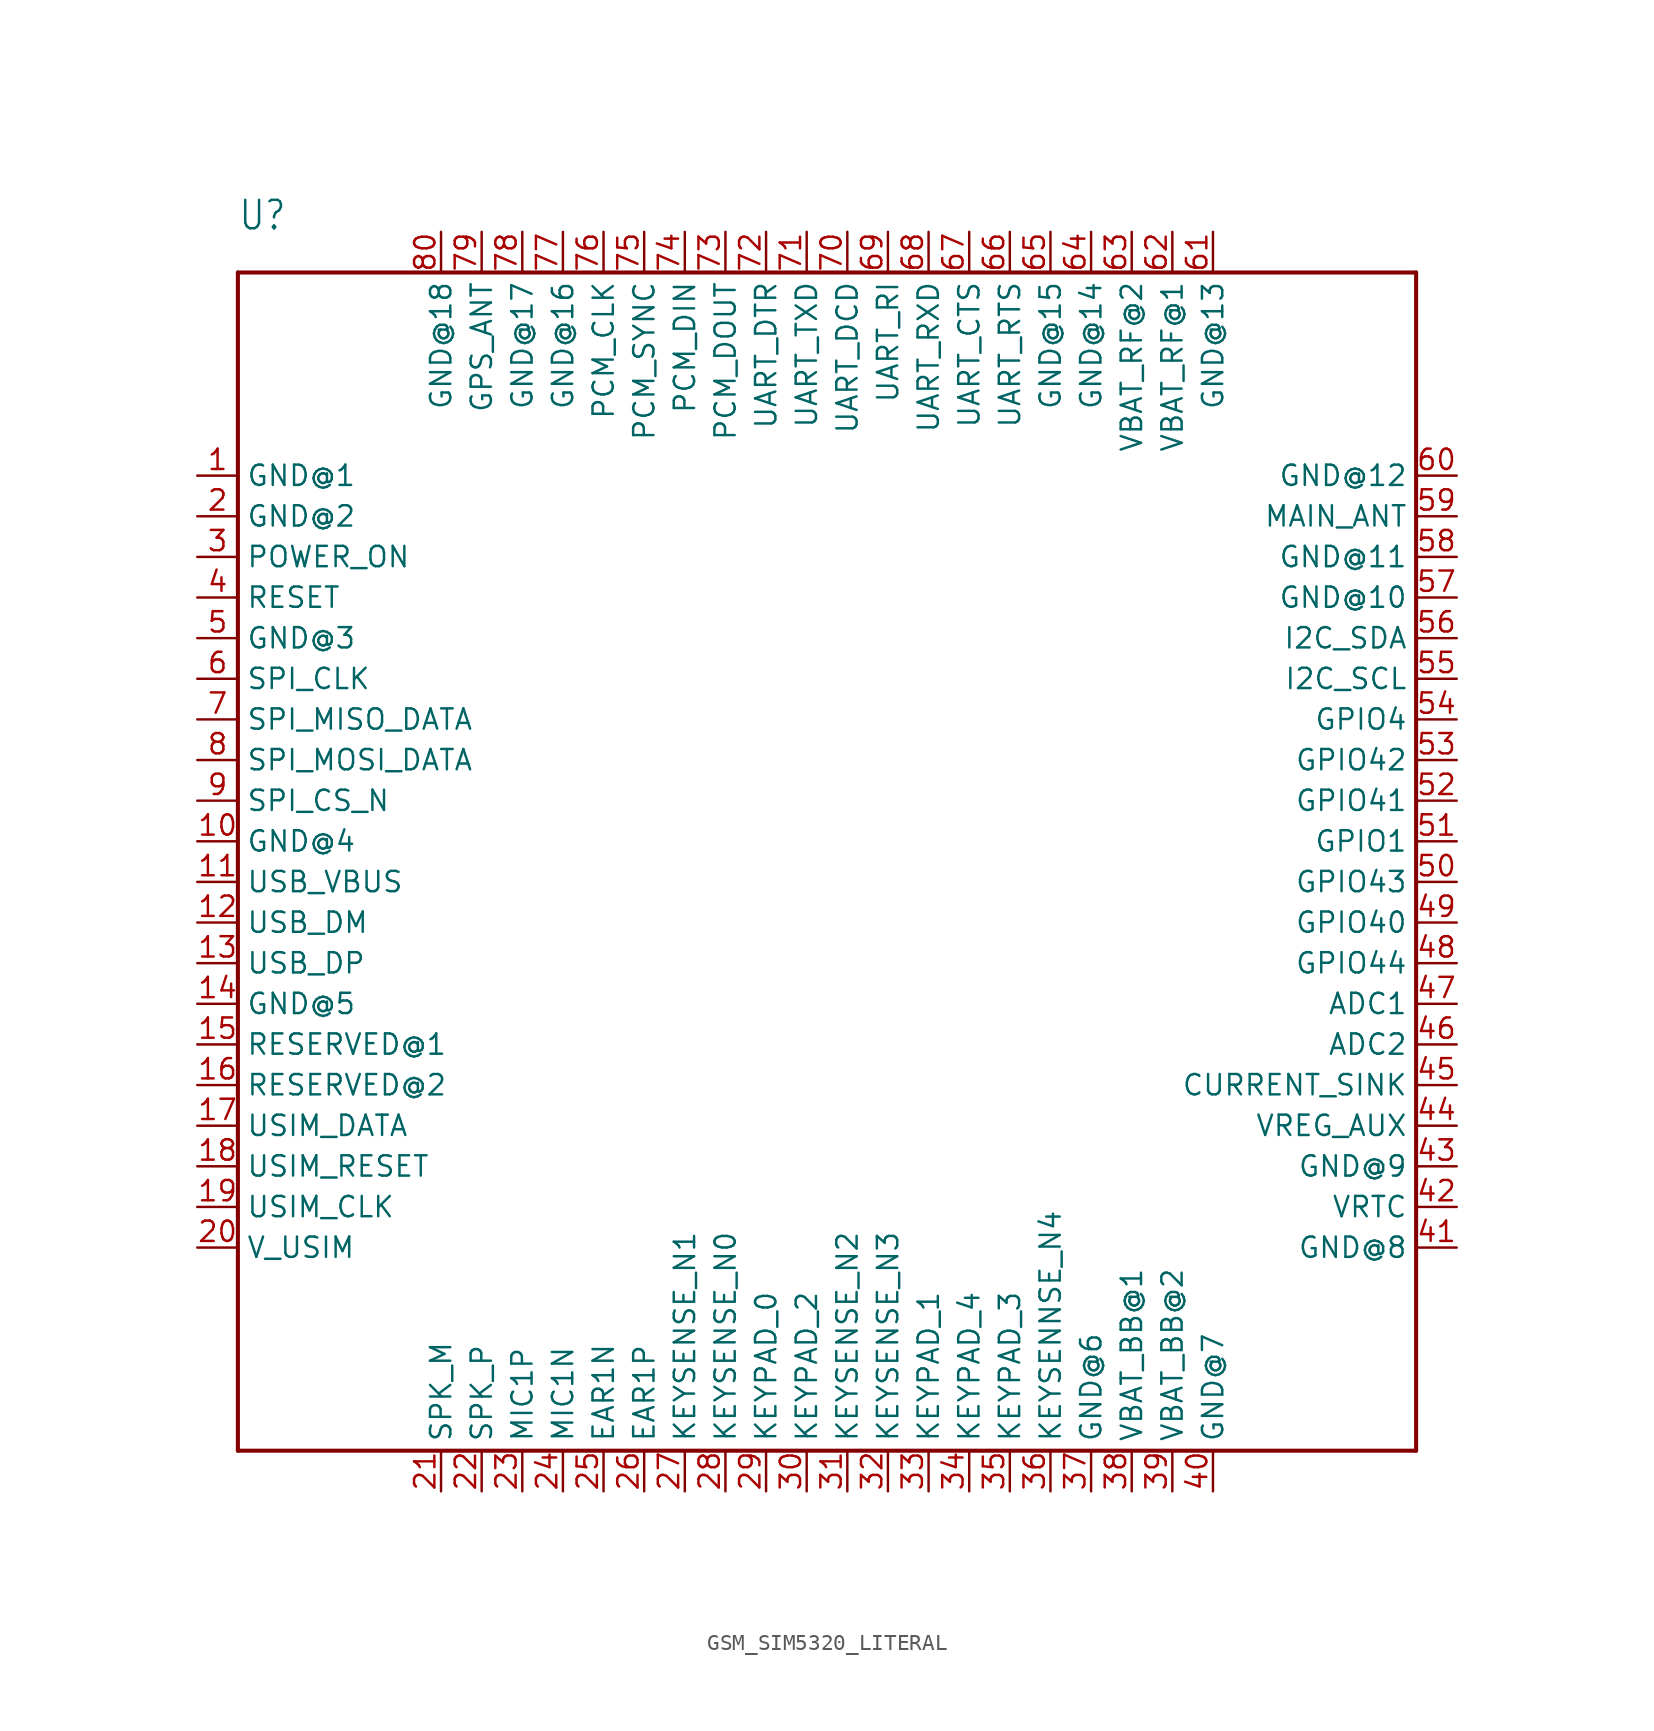
<source format=kicad_sym>
(kicad_symbol_lib
  (version 20220914)
  (generator kicad_symbol_editor)
  (symbol "GSM_SIM5320_LITERAL"
    (property "Reference" "U"
      (at -35.56 38.1 0)
      (effects (font (size 1.778 1.511)) (justify left bottom)))
    (property "Value" ""
      (at -35.56 -40.64 0)
      (effects (font (size 1.778 1.511)) (justify left bottom)))
    (property "ki_locked" ""
      (at 0 0 0)
      (effects (font (size 1.27 1.27))))
    (symbol "GSM_SIM5320_LITERAL_1_0"
      (polyline (pts (xy -35.56 -38.1) (xy -35.56 35.56)) (stroke (width 0.254) (type solid)) (fill (type none)))
      (polyline (pts (xy -35.56 35.56) (xy 38.1 35.56)) (stroke (width 0.254) (type solid)) (fill (type none)))
      (polyline (pts (xy 38.1 -38.1) (xy -35.56 -38.1)) (stroke (width 0.254) (type solid)) (fill (type none)))
      (polyline (pts (xy 38.1 35.56) (xy 38.1 -38.1)) (stroke (width 0.254) (type solid)) (fill (type none)))
      (pin bidirectional line (at -38.1 22.86 0) (length 2.54) (name "GND@1" (effects (font (size 1.27 1.27)))) (number "1" (effects (font (size 1.27 1.27)))))
      (pin bidirectional line (at -38.1 0 0) (length 2.54) (name "GND@4" (effects (font (size 1.27 1.27)))) (number "10" (effects (font (size 1.27 1.27)))))
      (pin bidirectional line (at -38.1 -2.54 0) (length 2.54) (name "USB_VBUS" (effects (font (size 1.27 1.27)))) (number "11" (effects (font (size 1.27 1.27)))))
      (pin bidirectional line (at -38.1 -5.08 0) (length 2.54) (name "USB_DM" (effects (font (size 1.27 1.27)))) (number "12" (effects (font (size 1.27 1.27)))))
      (pin bidirectional line (at -38.1 -7.62 0) (length 2.54) (name "USB_DP" (effects (font (size 1.27 1.27)))) (number "13" (effects (font (size 1.27 1.27)))))
      (pin bidirectional line (at -38.1 -10.16 0) (length 2.54) (name "GND@5" (effects (font (size 1.27 1.27)))) (number "14" (effects (font (size 1.27 1.27)))))
      (pin bidirectional line (at -38.1 -12.7 0) (length 2.54) (name "RESERVED@1" (effects (font (size 1.27 1.27)))) (number "15" (effects (font (size 1.27 1.27)))))
      (pin bidirectional line (at -38.1 -15.24 0) (length 2.54) (name "RESERVED@2" (effects (font (size 1.27 1.27)))) (number "16" (effects (font (size 1.27 1.27)))))
      (pin bidirectional line (at -38.1 -17.78 0) (length 2.54) (name "USIM_DATA" (effects (font (size 1.27 1.27)))) (number "17" (effects (font (size 1.27 1.27)))))
      (pin bidirectional line (at -38.1 -20.32 0) (length 2.54) (name "USIM_RESET" (effects (font (size 1.27 1.27)))) (number "18" (effects (font (size 1.27 1.27)))))
      (pin bidirectional line (at -38.1 -22.86 0) (length 2.54) (name "USIM_CLK" (effects (font (size 1.27 1.27)))) (number "19" (effects (font (size 1.27 1.27)))))
      (pin bidirectional line (at -38.1 20.32 0) (length 2.54) (name "GND@2" (effects (font (size 1.27 1.27)))) (number "2" (effects (font (size 1.27 1.27)))))
      (pin bidirectional line (at -38.1 -25.4 0) (length 2.54) (name "V_USIM" (effects (font (size 1.27 1.27)))) (number "20" (effects (font (size 1.27 1.27)))))
      (pin bidirectional line (at -22.86 -40.64 90) (length 2.54) (name "SPK_M" (effects (font (size 1.27 1.27)))) (number "21" (effects (font (size 1.27 1.27)))))
      (pin bidirectional line (at -20.32 -40.64 90) (length 2.54) (name "SPK_P" (effects (font (size 1.27 1.27)))) (number "22" (effects (font (size 1.27 1.27)))))
      (pin bidirectional line (at -17.78 -40.64 90) (length 2.54) (name "MIC1P" (effects (font (size 1.27 1.27)))) (number "23" (effects (font (size 1.27 1.27)))))
      (pin bidirectional line (at -15.24 -40.64 90) (length 2.54) (name "MIC1N" (effects (font (size 1.27 1.27)))) (number "24" (effects (font (size 1.27 1.27)))))
      (pin bidirectional line (at -12.7 -40.64 90) (length 2.54) (name "EAR1N" (effects (font (size 1.27 1.27)))) (number "25" (effects (font (size 1.27 1.27)))))
      (pin bidirectional line (at -10.16 -40.64 90) (length 2.54) (name "EAR1P" (effects (font (size 1.27 1.27)))) (number "26" (effects (font (size 1.27 1.27)))))
      (pin bidirectional line (at -7.62 -40.64 90) (length 2.54) (name "KEYSENSE_N1" (effects (font (size 1.27 1.27)))) (number "27" (effects (font (size 1.27 1.27)))))
      (pin bidirectional line (at -5.08 -40.64 90) (length 2.54) (name "KEYSENSE_N0" (effects (font (size 1.27 1.27)))) (number "28" (effects (font (size 1.27 1.27)))))
      (pin bidirectional line (at -2.54 -40.64 90) (length 2.54) (name "KEYPAD_0" (effects (font (size 1.27 1.27)))) (number "29" (effects (font (size 1.27 1.27)))))
      (pin bidirectional line (at -38.1 17.78 0) (length 2.54) (name "POWER_ON" (effects (font (size 1.27 1.27)))) (number "3" (effects (font (size 1.27 1.27)))))
      (pin bidirectional line (at 0 -40.64 90) (length 2.54) (name "KEYPAD_2" (effects (font (size 1.27 1.27)))) (number "30" (effects (font (size 1.27 1.27)))))
      (pin bidirectional line (at 2.54 -40.64 90) (length 2.54) (name "KEYSENSE_N2" (effects (font (size 1.27 1.27)))) (number "31" (effects (font (size 1.27 1.27)))))
      (pin bidirectional line (at 5.08 -40.64 90) (length 2.54) (name "KEYSENSE_N3" (effects (font (size 1.27 1.27)))) (number "32" (effects (font (size 1.27 1.27)))))
      (pin bidirectional line (at 7.62 -40.64 90) (length 2.54) (name "KEYPAD_1" (effects (font (size 1.27 1.27)))) (number "33" (effects (font (size 1.27 1.27)))))
      (pin bidirectional line (at 10.16 -40.64 90) (length 2.54) (name "KEYPAD_4" (effects (font (size 1.27 1.27)))) (number "34" (effects (font (size 1.27 1.27)))))
      (pin bidirectional line (at 12.7 -40.64 90) (length 2.54) (name "KEYPAD_3" (effects (font (size 1.27 1.27)))) (number "35" (effects (font (size 1.27 1.27)))))
      (pin bidirectional line (at 15.24 -40.64 90) (length 2.54) (name "KEYSENNSE_N4" (effects (font (size 1.27 1.27)))) (number "36" (effects (font (size 1.27 1.27)))))
      (pin bidirectional line (at 17.78 -40.64 90) (length 2.54) (name "GND@6" (effects (font (size 1.27 1.27)))) (number "37" (effects (font (size 1.27 1.27)))))
      (pin bidirectional line (at 20.32 -40.64 90) (length 2.54) (name "VBAT_BB@1" (effects (font (size 1.27 1.27)))) (number "38" (effects (font (size 1.27 1.27)))))
      (pin bidirectional line (at 22.86 -40.64 90) (length 2.54) (name "VBAT_BB@2" (effects (font (size 1.27 1.27)))) (number "39" (effects (font (size 1.27 1.27)))))
      (pin bidirectional line (at -38.1 15.24 0) (length 2.54) (name "RESET" (effects (font (size 1.27 1.27)))) (number "4" (effects (font (size 1.27 1.27)))))
      (pin bidirectional line (at 25.4 -40.64 90) (length 2.54) (name "GND@7" (effects (font (size 1.27 1.27)))) (number "40" (effects (font (size 1.27 1.27)))))
      (pin bidirectional line (at 40.64 -25.4 180) (length 2.54) (name "GND@8" (effects (font (size 1.27 1.27)))) (number "41" (effects (font (size 1.27 1.27)))))
      (pin bidirectional line (at 40.64 -22.86 180) (length 2.54) (name "VRTC" (effects (font (size 1.27 1.27)))) (number "42" (effects (font (size 1.27 1.27)))))
      (pin bidirectional line (at 40.64 -20.32 180) (length 2.54) (name "GND@9" (effects (font (size 1.27 1.27)))) (number "43" (effects (font (size 1.27 1.27)))))
      (pin bidirectional line (at 40.64 -17.78 180) (length 2.54) (name "VREG_AUX" (effects (font (size 1.27 1.27)))) (number "44" (effects (font (size 1.27 1.27)))))
      (pin bidirectional line (at 40.64 -15.24 180) (length 2.54) (name "CURRENT_SINK" (effects (font (size 1.27 1.27)))) (number "45" (effects (font (size 1.27 1.27)))))
      (pin bidirectional line (at 40.64 -12.7 180) (length 2.54) (name "ADC2" (effects (font (size 1.27 1.27)))) (number "46" (effects (font (size 1.27 1.27)))))
      (pin bidirectional line (at 40.64 -10.16 180) (length 2.54) (name "ADC1" (effects (font (size 1.27 1.27)))) (number "47" (effects (font (size 1.27 1.27)))))
      (pin bidirectional line (at 40.64 -7.62 180) (length 2.54) (name "GPIO44" (effects (font (size 1.27 1.27)))) (number "48" (effects (font (size 1.27 1.27)))))
      (pin bidirectional line (at 40.64 -5.08 180) (length 2.54) (name "GPIO40" (effects (font (size 1.27 1.27)))) (number "49" (effects (font (size 1.27 1.27)))))
      (pin bidirectional line (at -38.1 12.7 0) (length 2.54) (name "GND@3" (effects (font (size 1.27 1.27)))) (number "5" (effects (font (size 1.27 1.27)))))
      (pin bidirectional line (at 40.64 -2.54 180) (length 2.54) (name "GPIO43" (effects (font (size 1.27 1.27)))) (number "50" (effects (font (size 1.27 1.27)))))
      (pin bidirectional line (at 40.64 0 180) (length 2.54) (name "GPIO1" (effects (font (size 1.27 1.27)))) (number "51" (effects (font (size 1.27 1.27)))))
      (pin bidirectional line (at 40.64 2.54 180) (length 2.54) (name "GPIO41" (effects (font (size 1.27 1.27)))) (number "52" (effects (font (size 1.27 1.27)))))
      (pin bidirectional line (at 40.64 5.08 180) (length 2.54) (name "GPIO42" (effects (font (size 1.27 1.27)))) (number "53" (effects (font (size 1.27 1.27)))))
      (pin bidirectional line (at 40.64 7.62 180) (length 2.54) (name "GPIO4" (effects (font (size 1.27 1.27)))) (number "54" (effects (font (size 1.27 1.27)))))
      (pin bidirectional line (at 40.64 10.16 180) (length 2.54) (name "I2C_SCL" (effects (font (size 1.27 1.27)))) (number "55" (effects (font (size 1.27 1.27)))))
      (pin bidirectional line (at 40.64 12.7 180) (length 2.54) (name "I2C_SDA" (effects (font (size 1.27 1.27)))) (number "56" (effects (font (size 1.27 1.27)))))
      (pin bidirectional line (at 40.64 15.24 180) (length 2.54) (name "GND@10" (effects (font (size 1.27 1.27)))) (number "57" (effects (font (size 1.27 1.27)))))
      (pin bidirectional line (at 40.64 17.78 180) (length 2.54) (name "GND@11" (effects (font (size 1.27 1.27)))) (number "58" (effects (font (size 1.27 1.27)))))
      (pin bidirectional line (at 40.64 20.32 180) (length 2.54) (name "MAIN_ANT" (effects (font (size 1.27 1.27)))) (number "59" (effects (font (size 1.27 1.27)))))
      (pin bidirectional line (at -38.1 10.16 0) (length 2.54) (name "SPI_CLK" (effects (font (size 1.27 1.27)))) (number "6" (effects (font (size 1.27 1.27)))))
      (pin bidirectional line (at 40.64 22.86 180) (length 2.54) (name "GND@12" (effects (font (size 1.27 1.27)))) (number "60" (effects (font (size 1.27 1.27)))))
      (pin bidirectional line (at 25.4 38.1 270) (length 2.54) (name "GND@13" (effects (font (size 1.27 1.27)))) (number "61" (effects (font (size 1.27 1.27)))))
      (pin bidirectional line (at 22.86 38.1 270) (length 2.54) (name "VBAT_RF@1" (effects (font (size 1.27 1.27)))) (number "62" (effects (font (size 1.27 1.27)))))
      (pin bidirectional line (at 20.32 38.1 270) (length 2.54) (name "VBAT_RF@2" (effects (font (size 1.27 1.27)))) (number "63" (effects (font (size 1.27 1.27)))))
      (pin bidirectional line (at 17.78 38.1 270) (length 2.54) (name "GND@14" (effects (font (size 1.27 1.27)))) (number "64" (effects (font (size 1.27 1.27)))))
      (pin bidirectional line (at 15.24 38.1 270) (length 2.54) (name "GND@15" (effects (font (size 1.27 1.27)))) (number "65" (effects (font (size 1.27 1.27)))))
      (pin bidirectional line (at 12.7 38.1 270) (length 2.54) (name "UART_RTS" (effects (font (size 1.27 1.27)))) (number "66" (effects (font (size 1.27 1.27)))))
      (pin bidirectional line (at 10.16 38.1 270) (length 2.54) (name "UART_CTS" (effects (font (size 1.27 1.27)))) (number "67" (effects (font (size 1.27 1.27)))))
      (pin bidirectional line (at 7.62 38.1 270) (length 2.54) (name "UART_RXD" (effects (font (size 1.27 1.27)))) (number "68" (effects (font (size 1.27 1.27)))))
      (pin bidirectional line (at 5.08 38.1 270) (length 2.54) (name "UART_RI" (effects (font (size 1.27 1.27)))) (number "69" (effects (font (size 1.27 1.27)))))
      (pin bidirectional line (at -38.1 7.62 0) (length 2.54) (name "SPI_MISO_DATA" (effects (font (size 1.27 1.27)))) (number "7" (effects (font (size 1.27 1.27)))))
      (pin bidirectional line (at 2.54 38.1 270) (length 2.54) (name "UART_DCD" (effects (font (size 1.27 1.27)))) (number "70" (effects (font (size 1.27 1.27)))))
      (pin bidirectional line (at 0 38.1 270) (length 2.54) (name "UART_TXD" (effects (font (size 1.27 1.27)))) (number "71" (effects (font (size 1.27 1.27)))))
      (pin bidirectional line (at -2.54 38.1 270) (length 2.54) (name "UART_DTR" (effects (font (size 1.27 1.27)))) (number "72" (effects (font (size 1.27 1.27)))))
      (pin bidirectional line (at -5.08 38.1 270) (length 2.54) (name "PCM_DOUT" (effects (font (size 1.27 1.27)))) (number "73" (effects (font (size 1.27 1.27)))))
      (pin bidirectional line (at -7.62 38.1 270) (length 2.54) (name "PCM_DIN" (effects (font (size 1.27 1.27)))) (number "74" (effects (font (size 1.27 1.27)))))
      (pin bidirectional line (at -10.16 38.1 270) (length 2.54) (name "PCM_SYNC" (effects (font (size 1.27 1.27)))) (number "75" (effects (font (size 1.27 1.27)))))
      (pin bidirectional line (at -12.7 38.1 270) (length 2.54) (name "PCM_CLK" (effects (font (size 1.27 1.27)))) (number "76" (effects (font (size 1.27 1.27)))))
      (pin bidirectional line (at -15.24 38.1 270) (length 2.54) (name "GND@16" (effects (font (size 1.27 1.27)))) (number "77" (effects (font (size 1.27 1.27)))))
      (pin bidirectional line (at -17.78 38.1 270) (length 2.54) (name "GND@17" (effects (font (size 1.27 1.27)))) (number "78" (effects (font (size 1.27 1.27)))))
      (pin bidirectional line (at -20.32 38.1 270) (length 2.54) (name "GPS_ANT" (effects (font (size 1.27 1.27)))) (number "79" (effects (font (size 1.27 1.27)))))
      (pin bidirectional line (at -38.1 5.08 0) (length 2.54) (name "SPI_MOSI_DATA" (effects (font (size 1.27 1.27)))) (number "8" (effects (font (size 1.27 1.27)))))
      (pin bidirectional line (at -22.86 38.1 270) (length 2.54) (name "GND@18" (effects (font (size 1.27 1.27)))) (number "80" (effects (font (size 1.27 1.27)))))
      (pin bidirectional line (at -38.1 2.54 0) (length 2.54) (name "SPI_CS_N" (effects (font (size 1.27 1.27)))) (number "9" (effects (font (size 1.27 1.27))))))))
</source>
